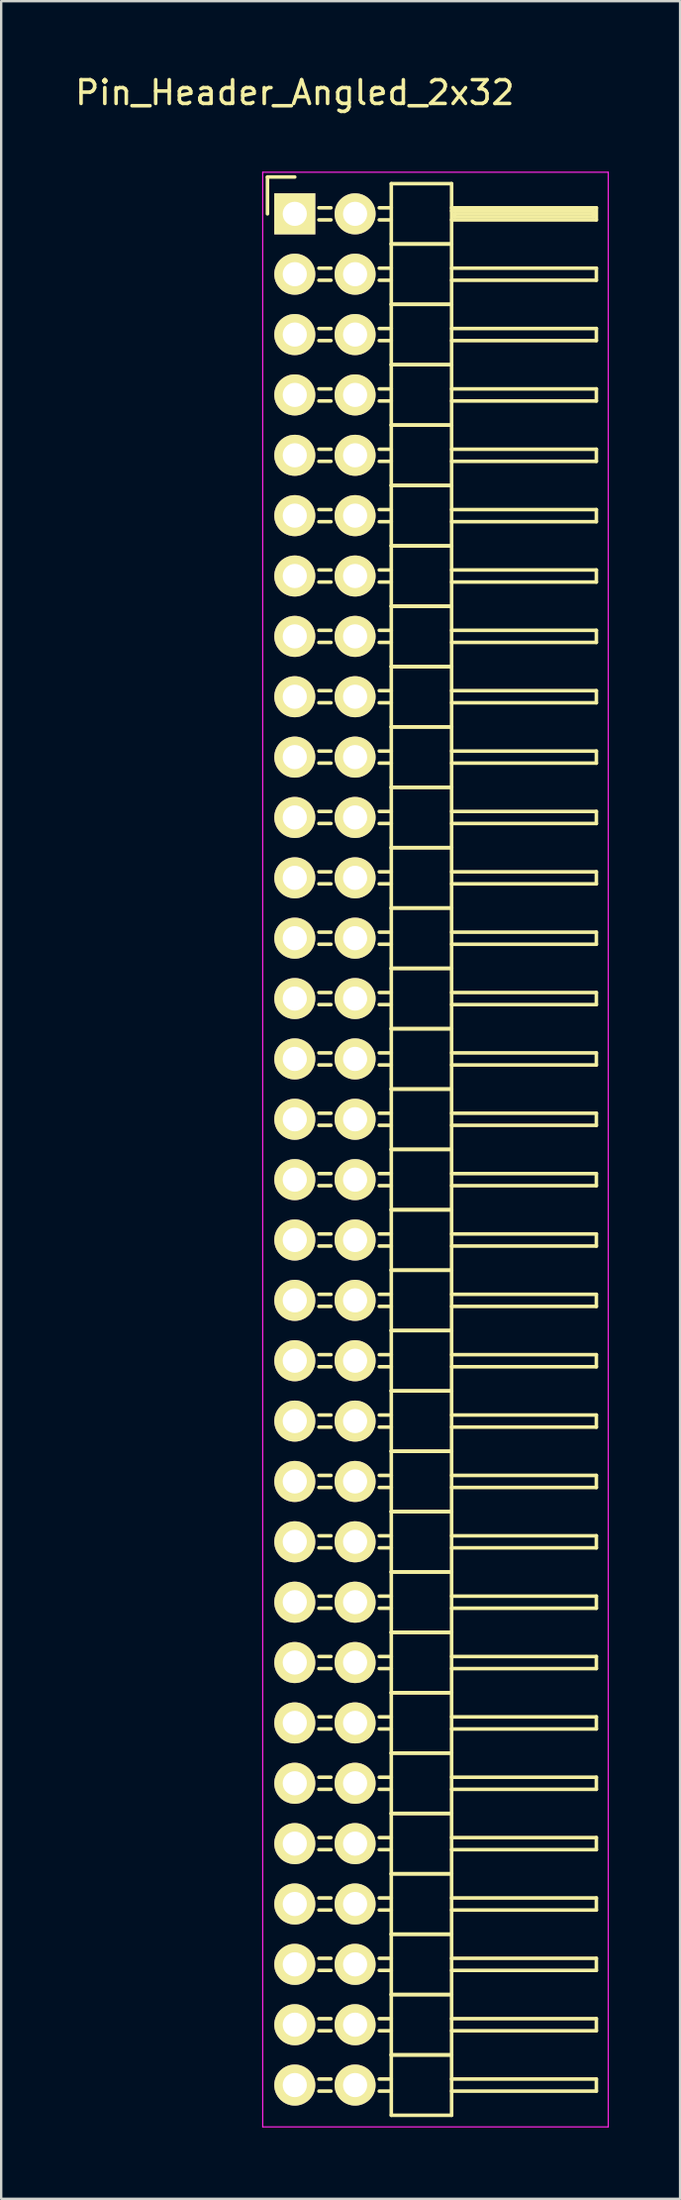
<source format=kicad_pcb>
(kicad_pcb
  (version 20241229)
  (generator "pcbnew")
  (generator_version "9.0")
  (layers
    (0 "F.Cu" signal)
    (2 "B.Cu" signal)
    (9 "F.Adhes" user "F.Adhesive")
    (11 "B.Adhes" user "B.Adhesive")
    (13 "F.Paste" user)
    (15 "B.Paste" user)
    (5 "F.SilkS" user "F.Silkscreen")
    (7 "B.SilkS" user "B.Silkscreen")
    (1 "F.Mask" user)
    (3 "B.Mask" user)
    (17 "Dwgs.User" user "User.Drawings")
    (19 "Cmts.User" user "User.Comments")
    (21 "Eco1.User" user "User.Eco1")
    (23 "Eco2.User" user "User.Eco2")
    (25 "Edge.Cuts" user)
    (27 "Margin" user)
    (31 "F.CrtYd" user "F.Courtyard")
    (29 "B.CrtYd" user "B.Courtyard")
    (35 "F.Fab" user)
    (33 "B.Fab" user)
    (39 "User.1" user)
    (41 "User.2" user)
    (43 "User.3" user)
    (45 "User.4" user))
  (footprint "Pin_Header_Angled_2x32"
    (layer "F.Cu")
    (at 9.363 5.948)
    (property "Reference" "Pin_Header_Angled_2x32" (at 0 -5.1 0) (layer "F.SilkS") (effects (font (size 1 1) (thickness 0.15))))
    (attr through_hole)
    (fp_line (start -1.15 -1.55) (end -1.15 0) (stroke (width 0.15) (type solid)) (layer "F.SilkS"))
    (fp_line (start 0 -1.55) (end -1.15 -1.55) (stroke (width 0.15) (type solid)) (layer "F.SilkS"))
    (fp_line (start 1.524 -0.254) (end 1.016 -0.254) (stroke (width 0.15) (type solid)) (layer "F.SilkS"))
    (fp_line (start 1.524 0.254) (end 1.016 0.254) (stroke (width 0.15) (type solid)) (layer "F.SilkS"))
    (fp_line (start 1.524 2.286) (end 1.016 2.286) (stroke (width 0.15) (type solid)) (layer "F.SilkS"))
    (fp_line (start 1.524 2.794) (end 1.016 2.794) (stroke (width 0.15) (type solid)) (layer "F.SilkS"))
    (fp_line (start 1.524 4.826) (end 1.016 4.826) (stroke (width 0.15) (type solid)) (layer "F.SilkS"))
    (fp_line (start 1.524 5.334) (end 1.016 5.334) (stroke (width 0.15) (type solid)) (layer "F.SilkS"))
    (fp_line (start 1.524 7.366) (end 1.016 7.366) (stroke (width 0.15) (type solid)) (layer "F.SilkS"))
    (fp_line (start 1.524 7.874) (end 1.016 7.874) (stroke (width 0.15) (type solid)) (layer "F.SilkS"))
    (fp_line (start 1.524 9.906) (end 1.016 9.906) (stroke (width 0.15) (type solid)) (layer "F.SilkS"))
    (fp_line (start 1.524 10.414) (end 1.016 10.414) (stroke (width 0.15) (type solid)) (layer "F.SilkS"))
    (fp_line (start 1.524 12.446) (end 1.016 12.446) (stroke (width 0.15) (type solid)) (layer "F.SilkS"))
    (fp_line (start 1.524 12.954) (end 1.016 12.954) (stroke (width 0.15) (type solid)) (layer "F.SilkS"))
    (fp_line (start 1.524 14.986) (end 1.016 14.986) (stroke (width 0.15) (type solid)) (layer "F.SilkS"))
    (fp_line (start 1.524 15.494) (end 1.016 15.494) (stroke (width 0.15) (type solid)) (layer "F.SilkS"))
    (fp_line (start 1.524 17.526) (end 1.016 17.526) (stroke (width 0.15) (type solid)) (layer "F.SilkS"))
    (fp_line (start 1.524 18.034) (end 1.016 18.034) (stroke (width 0.15) (type solid)) (layer "F.SilkS"))
    (fp_line (start 1.524 20.066) (end 1.016 20.066) (stroke (width 0.15) (type solid)) (layer "F.SilkS"))
    (fp_line (start 1.524 20.574) (end 1.016 20.574) (stroke (width 0.15) (type solid)) (layer "F.SilkS"))
    (fp_line (start 1.524 22.606) (end 1.016 22.606) (stroke (width 0.15) (type solid)) (layer "F.SilkS"))
    (fp_line (start 1.524 23.114) (end 1.016 23.114) (stroke (width 0.15) (type solid)) (layer "F.SilkS"))
    (fp_line (start 1.524 25.146) (end 1.016 25.146) (stroke (width 0.15) (type solid)) (layer "F.SilkS"))
    (fp_line (start 1.524 25.654) (end 1.016 25.654) (stroke (width 0.15) (type solid)) (layer "F.SilkS"))
    (fp_line (start 1.524 27.686) (end 1.016 27.686) (stroke (width 0.15) (type solid)) (layer "F.SilkS"))
    (fp_line (start 1.524 28.194) (end 1.016 28.194) (stroke (width 0.15) (type solid)) (layer "F.SilkS"))
    (fp_line (start 1.524 30.226) (end 1.016 30.226) (stroke (width 0.15) (type solid)) (layer "F.SilkS"))
    (fp_line (start 1.524 30.734) (end 1.016 30.734) (stroke (width 0.15) (type solid)) (layer "F.SilkS"))
    (fp_line (start 1.524 32.766) (end 1.016 32.766) (stroke (width 0.15) (type solid)) (layer "F.SilkS"))
    (fp_line (start 1.524 33.274) (end 1.016 33.274) (stroke (width 0.15) (type solid)) (layer "F.SilkS"))
    (fp_line (start 1.524 35.306) (end 1.016 35.306) (stroke (width 0.15) (type solid)) (layer "F.SilkS"))
    (fp_line (start 1.524 35.814) (end 1.016 35.814) (stroke (width 0.15) (type solid)) (layer "F.SilkS"))
    (fp_line (start 1.524 37.846) (end 1.016 37.846) (stroke (width 0.15) (type solid)) (layer "F.SilkS"))
    (fp_line (start 1.524 38.354) (end 1.016 38.354) (stroke (width 0.15) (type solid)) (layer "F.SilkS"))
    (fp_line (start 1.524 40.386) (end 1.016 40.386) (stroke (width 0.15) (type solid)) (layer "F.SilkS"))
    (fp_line (start 1.524 40.894) (end 1.016 40.894) (stroke (width 0.15) (type solid)) (layer "F.SilkS"))
    (fp_line (start 1.524 42.926) (end 1.016 42.926) (stroke (width 0.15) (type solid)) (layer "F.SilkS"))
    (fp_line (start 1.524 43.434) (end 1.016 43.434) (stroke (width 0.15) (type solid)) (layer "F.SilkS"))
    (fp_line (start 1.524 45.466) (end 1.016 45.466) (stroke (width 0.15) (type solid)) (layer "F.SilkS"))
    (fp_line (start 1.524 45.974) (end 1.016 45.974) (stroke (width 0.15) (type solid)) (layer "F.SilkS"))
    (fp_line (start 1.524 48.006) (end 1.016 48.006) (stroke (width 0.15) (type solid)) (layer "F.SilkS"))
    (fp_line (start 1.524 48.514) (end 1.016 48.514) (stroke (width 0.15) (type solid)) (layer "F.SilkS"))
    (fp_line (start 1.524 50.546) (end 1.016 50.546) (stroke (width 0.15) (type solid)) (layer "F.SilkS"))
    (fp_line (start 1.524 51.054) (end 1.016 51.054) (stroke (width 0.15) (type solid)) (layer "F.SilkS"))
    (fp_line (start 1.524 53.086) (end 1.016 53.086) (stroke (width 0.15) (type solid)) (layer "F.SilkS"))
    (fp_line (start 1.524 53.594) (end 1.016 53.594) (stroke (width 0.15) (type solid)) (layer "F.SilkS"))
    (fp_line (start 1.524 55.626) (end 1.016 55.626) (stroke (width 0.15) (type solid)) (layer "F.SilkS"))
    (fp_line (start 1.524 56.134) (end 1.016 56.134) (stroke (width 0.15) (type solid)) (layer "F.SilkS"))
    (fp_line (start 1.524 58.166) (end 1.016 58.166) (stroke (width 0.15) (type solid)) (layer "F.SilkS"))
    (fp_line (start 1.524 58.674) (end 1.016 58.674) (stroke (width 0.15) (type solid)) (layer "F.SilkS"))
    (fp_line (start 1.524 60.706) (end 1.016 60.706) (stroke (width 0.15) (type solid)) (layer "F.SilkS"))
    (fp_line (start 1.524 61.214) (end 1.016 61.214) (stroke (width 0.15) (type solid)) (layer "F.SilkS"))
    (fp_line (start 1.524 63.246) (end 1.016 63.246) (stroke (width 0.15) (type solid)) (layer "F.SilkS"))
    (fp_line (start 1.524 63.754) (end 1.016 63.754) (stroke (width 0.15) (type solid)) (layer "F.SilkS"))
    (fp_line (start 1.524 65.786) (end 1.016 65.786) (stroke (width 0.15) (type solid)) (layer "F.SilkS"))
    (fp_line (start 1.524 66.294) (end 1.016 66.294) (stroke (width 0.15) (type solid)) (layer "F.SilkS"))
    (fp_line (start 1.524 68.326) (end 1.016 68.326) (stroke (width 0.15) (type solid)) (layer "F.SilkS"))
    (fp_line (start 1.524 68.834) (end 1.016 68.834) (stroke (width 0.15) (type solid)) (layer "F.SilkS"))
    (fp_line (start 1.524 70.866) (end 1.016 70.866) (stroke (width 0.15) (type solid)) (layer "F.SilkS"))
    (fp_line (start 1.524 71.374) (end 1.016 71.374) (stroke (width 0.15) (type solid)) (layer "F.SilkS"))
    (fp_line (start 1.524 73.406) (end 1.016 73.406) (stroke (width 0.15) (type solid)) (layer "F.SilkS"))
    (fp_line (start 1.524 73.914) (end 1.016 73.914) (stroke (width 0.15) (type solid)) (layer "F.SilkS"))
    (fp_line (start 1.524 75.946) (end 1.016 75.946) (stroke (width 0.15) (type solid)) (layer "F.SilkS"))
    (fp_line (start 1.524 76.454) (end 1.016 76.454) (stroke (width 0.15) (type solid)) (layer "F.SilkS"))
    (fp_line (start 1.524 78.486) (end 1.016 78.486) (stroke (width 0.15) (type solid)) (layer "F.SilkS"))
    (fp_line (start 1.524 78.994) (end 1.016 78.994) (stroke (width 0.15) (type solid)) (layer "F.SilkS"))
    (fp_line (start 4.064 -1.27) (end 4.064 1.27) (stroke (width 0.15) (type solid)) (layer "F.SilkS"))
    (fp_line (start 4.064 -1.27) (end 6.604 -1.27) (stroke (width 0.15) (type solid)) (layer "F.SilkS"))
    (fp_line (start 4.064 -0.254) (end 3.556 -0.254) (stroke (width 0.15) (type solid)) (layer "F.SilkS"))
    (fp_line (start 4.064 0.254) (end 3.556 0.254) (stroke (width 0.15) (type solid)) (layer "F.SilkS"))
    (fp_line (start 4.064 1.27) (end 4.064 3.81) (stroke (width 0.15) (type solid)) (layer "F.SilkS"))
    (fp_line (start 4.064 1.27) (end 6.604 1.27) (stroke (width 0.15) (type solid)) (layer "F.SilkS"))
    (fp_line (start 4.064 1.27) (end 6.604 1.27) (stroke (width 0.15) (type solid)) (layer "F.SilkS"))
    (fp_line (start 4.064 2.286) (end 3.556 2.286) (stroke (width 0.15) (type solid)) (layer "F.SilkS"))
    (fp_line (start 4.064 2.794) (end 3.556 2.794) (stroke (width 0.15) (type solid)) (layer "F.SilkS"))
    (fp_line (start 4.064 3.81) (end 4.064 6.35) (stroke (width 0.15) (type solid)) (layer "F.SilkS"))
    (fp_line (start 4.064 3.81) (end 6.604 3.81) (stroke (width 0.15) (type solid)) (layer "F.SilkS"))
    (fp_line (start 4.064 3.81) (end 6.604 3.81) (stroke (width 0.15) (type solid)) (layer "F.SilkS"))
    (fp_line (start 4.064 4.826) (end 3.556 4.826) (stroke (width 0.15) (type solid)) (layer "F.SilkS"))
    (fp_line (start 4.064 5.334) (end 3.556 5.334) (stroke (width 0.15) (type solid)) (layer "F.SilkS"))
    (fp_line (start 4.064 6.35) (end 4.064 8.89) (stroke (width 0.15) (type solid)) (layer "F.SilkS"))
    (fp_line (start 4.064 6.35) (end 6.604 6.35) (stroke (width 0.15) (type solid)) (layer "F.SilkS"))
    (fp_line (start 4.064 6.35) (end 6.604 6.35) (stroke (width 0.15) (type solid)) (layer "F.SilkS"))
    (fp_line (start 4.064 7.366) (end 3.556 7.366) (stroke (width 0.15) (type solid)) (layer "F.SilkS"))
    (fp_line (start 4.064 7.874) (end 3.556 7.874) (stroke (width 0.15) (type solid)) (layer "F.SilkS"))
    (fp_line (start 4.064 8.89) (end 4.064 11.43) (stroke (width 0.15) (type solid)) (layer "F.SilkS"))
    (fp_line (start 4.064 8.89) (end 6.604 8.89) (stroke (width 0.15) (type solid)) (layer "F.SilkS"))
    (fp_line (start 4.064 8.89) (end 6.604 8.89) (stroke (width 0.15) (type solid)) (layer "F.SilkS"))
    (fp_line (start 4.064 9.906) (end 3.556 9.906) (stroke (width 0.15) (type solid)) (layer "F.SilkS"))
    (fp_line (start 4.064 10.414) (end 3.556 10.414) (stroke (width 0.15) (type solid)) (layer "F.SilkS"))
    (fp_line (start 4.064 11.43) (end 4.064 13.97) (stroke (width 0.15) (type solid)) (layer "F.SilkS"))
    (fp_line (start 4.064 11.43) (end 6.604 11.43) (stroke (width 0.15) (type solid)) (layer "F.SilkS"))
    (fp_line (start 4.064 11.43) (end 6.604 11.43) (stroke (width 0.15) (type solid)) (layer "F.SilkS"))
    (fp_line (start 4.064 12.446) (end 3.556 12.446) (stroke (width 0.15) (type solid)) (layer "F.SilkS"))
    (fp_line (start 4.064 12.954) (end 3.556 12.954) (stroke (width 0.15) (type solid)) (layer "F.SilkS"))
    (fp_line (start 4.064 13.97) (end 4.064 16.51) (stroke (width 0.15) (type solid)) (layer "F.SilkS"))
    (fp_line (start 4.064 13.97) (end 6.604 13.97) (stroke (width 0.15) (type solid)) (layer "F.SilkS"))
    (fp_line (start 4.064 13.97) (end 6.604 13.97) (stroke (width 0.15) (type solid)) (layer "F.SilkS"))
    (fp_line (start 4.064 14.986) (end 3.556 14.986) (stroke (width 0.15) (type solid)) (layer "F.SilkS"))
    (fp_line (start 4.064 15.494) (end 3.556 15.494) (stroke (width 0.15) (type solid)) (layer "F.SilkS"))
    (fp_line (start 4.064 16.51) (end 4.064 19.05) (stroke (width 0.15) (type solid)) (layer "F.SilkS"))
    (fp_line (start 4.064 16.51) (end 6.604 16.51) (stroke (width 0.15) (type solid)) (layer "F.SilkS"))
    (fp_line (start 4.064 16.51) (end 6.604 16.51) (stroke (width 0.15) (type solid)) (layer "F.SilkS"))
    (fp_line (start 4.064 17.526) (end 3.556 17.526) (stroke (width 0.15) (type solid)) (layer "F.SilkS"))
    (fp_line (start 4.064 18.034) (end 3.556 18.034) (stroke (width 0.15) (type solid)) (layer "F.SilkS"))
    (fp_line (start 4.064 19.05) (end 4.064 21.59) (stroke (width 0.15) (type solid)) (layer "F.SilkS"))
    (fp_line (start 4.064 19.05) (end 6.604 19.05) (stroke (width 0.15) (type solid)) (layer "F.SilkS"))
    (fp_line (start 4.064 19.05) (end 6.604 19.05) (stroke (width 0.15) (type solid)) (layer "F.SilkS"))
    (fp_line (start 4.064 20.066) (end 3.556 20.066) (stroke (width 0.15) (type solid)) (layer "F.SilkS"))
    (fp_line (start 4.064 20.574) (end 3.556 20.574) (stroke (width 0.15) (type solid)) (layer "F.SilkS"))
    (fp_line (start 4.064 21.59) (end 4.064 24.13) (stroke (width 0.15) (type solid)) (layer "F.SilkS"))
    (fp_line (start 4.064 21.59) (end 6.604 21.59) (stroke (width 0.15) (type solid)) (layer "F.SilkS"))
    (fp_line (start 4.064 21.59) (end 6.604 21.59) (stroke (width 0.15) (type solid)) (layer "F.SilkS"))
    (fp_line (start 4.064 22.606) (end 3.556 22.606) (stroke (width 0.15) (type solid)) (layer "F.SilkS"))
    (fp_line (start 4.064 23.114) (end 3.556 23.114) (stroke (width 0.15) (type solid)) (layer "F.SilkS"))
    (fp_line (start 4.064 24.13) (end 4.064 26.67) (stroke (width 0.15) (type solid)) (layer "F.SilkS"))
    (fp_line (start 4.064 24.13) (end 6.604 24.13) (stroke (width 0.15) (type solid)) (layer "F.SilkS"))
    (fp_line (start 4.064 24.13) (end 6.604 24.13) (stroke (width 0.15) (type solid)) (layer "F.SilkS"))
    (fp_line (start 4.064 25.146) (end 3.556 25.146) (stroke (width 0.15) (type solid)) (layer "F.SilkS"))
    (fp_line (start 4.064 25.654) (end 3.556 25.654) (stroke (width 0.15) (type solid)) (layer "F.SilkS"))
    (fp_line (start 4.064 26.67) (end 4.064 29.21) (stroke (width 0.15) (type solid)) (layer "F.SilkS"))
    (fp_line (start 4.064 26.67) (end 6.604 26.67) (stroke (width 0.15) (type solid)) (layer "F.SilkS"))
    (fp_line (start 4.064 26.67) (end 6.604 26.67) (stroke (width 0.15) (type solid)) (layer "F.SilkS"))
    (fp_line (start 4.064 27.686) (end 3.556 27.686) (stroke (width 0.15) (type solid)) (layer "F.SilkS"))
    (fp_line (start 4.064 28.194) (end 3.556 28.194) (stroke (width 0.15) (type solid)) (layer "F.SilkS"))
    (fp_line (start 4.064 29.21) (end 4.064 31.75) (stroke (width 0.15) (type solid)) (layer "F.SilkS"))
    (fp_line (start 4.064 29.21) (end 6.604 29.21) (stroke (width 0.15) (type solid)) (layer "F.SilkS"))
    (fp_line (start 4.064 29.21) (end 6.604 29.21) (stroke (width 0.15) (type solid)) (layer "F.SilkS"))
    (fp_line (start 4.064 30.226) (end 3.556 30.226) (stroke (width 0.15) (type solid)) (layer "F.SilkS"))
    (fp_line (start 4.064 30.734) (end 3.556 30.734) (stroke (width 0.15) (type solid)) (layer "F.SilkS"))
    (fp_line (start 4.064 31.75) (end 4.064 34.29) (stroke (width 0.15) (type solid)) (layer "F.SilkS"))
    (fp_line (start 4.064 31.75) (end 6.604 31.75) (stroke (width 0.15) (type solid)) (layer "F.SilkS"))
    (fp_line (start 4.064 31.75) (end 6.604 31.75) (stroke (width 0.15) (type solid)) (layer "F.SilkS"))
    (fp_line (start 4.064 32.766) (end 3.556 32.766) (stroke (width 0.15) (type solid)) (layer "F.SilkS"))
    (fp_line (start 4.064 33.274) (end 3.556 33.274) (stroke (width 0.15) (type solid)) (layer "F.SilkS"))
    (fp_line (start 4.064 34.29) (end 4.064 36.83) (stroke (width 0.15) (type solid)) (layer "F.SilkS"))
    (fp_line (start 4.064 34.29) (end 6.604 34.29) (stroke (width 0.15) (type solid)) (layer "F.SilkS"))
    (fp_line (start 4.064 34.29) (end 6.604 34.29) (stroke (width 0.15) (type solid)) (layer "F.SilkS"))
    (fp_line (start 4.064 35.306) (end 3.556 35.306) (stroke (width 0.15) (type solid)) (layer "F.SilkS"))
    (fp_line (start 4.064 35.814) (end 3.556 35.814) (stroke (width 0.15) (type solid)) (layer "F.SilkS"))
    (fp_line (start 4.064 36.83) (end 4.064 39.37) (stroke (width 0.15) (type solid)) (layer "F.SilkS"))
    (fp_line (start 4.064 36.83) (end 6.604 36.83) (stroke (width 0.15) (type solid)) (layer "F.SilkS"))
    (fp_line (start 4.064 36.83) (end 6.604 36.83) (stroke (width 0.15) (type solid)) (layer "F.SilkS"))
    (fp_line (start 4.064 37.846) (end 3.556 37.846) (stroke (width 0.15) (type solid)) (layer "F.SilkS"))
    (fp_line (start 4.064 38.354) (end 3.556 38.354) (stroke (width 0.15) (type solid)) (layer "F.SilkS"))
    (fp_line (start 4.064 39.37) (end 4.064 41.91) (stroke (width 0.15) (type solid)) (layer "F.SilkS"))
    (fp_line (start 4.064 39.37) (end 6.604 39.37) (stroke (width 0.15) (type solid)) (layer "F.SilkS"))
    (fp_line (start 4.064 39.37) (end 6.604 39.37) (stroke (width 0.15) (type solid)) (layer "F.SilkS"))
    (fp_line (start 4.064 40.386) (end 3.556 40.386) (stroke (width 0.15) (type solid)) (layer "F.SilkS"))
    (fp_line (start 4.064 40.894) (end 3.556 40.894) (stroke (width 0.15) (type solid)) (layer "F.SilkS"))
    (fp_line (start 4.064 41.91) (end 4.064 44.45) (stroke (width 0.15) (type solid)) (layer "F.SilkS"))
    (fp_line (start 4.064 41.91) (end 6.604 41.91) (stroke (width 0.15) (type solid)) (layer "F.SilkS"))
    (fp_line (start 4.064 41.91) (end 6.604 41.91) (stroke (width 0.15) (type solid)) (layer "F.SilkS"))
    (fp_line (start 4.064 42.926) (end 3.556 42.926) (stroke (width 0.15) (type solid)) (layer "F.SilkS"))
    (fp_line (start 4.064 43.434) (end 3.556 43.434) (stroke (width 0.15) (type solid)) (layer "F.SilkS"))
    (fp_line (start 4.064 44.45) (end 4.064 46.99) (stroke (width 0.15) (type solid)) (layer "F.SilkS"))
    (fp_line (start 4.064 44.45) (end 6.604 44.45) (stroke (width 0.15) (type solid)) (layer "F.SilkS"))
    (fp_line (start 4.064 44.45) (end 6.604 44.45) (stroke (width 0.15) (type solid)) (layer "F.SilkS"))
    (fp_line (start 4.064 45.466) (end 3.556 45.466) (stroke (width 0.15) (type solid)) (layer "F.SilkS"))
    (fp_line (start 4.064 45.974) (end 3.556 45.974) (stroke (width 0.15) (type solid)) (layer "F.SilkS"))
    (fp_line (start 4.064 46.99) (end 4.064 49.53) (stroke (width 0.15) (type solid)) (layer "F.SilkS"))
    (fp_line (start 4.064 46.99) (end 6.604 46.99) (stroke (width 0.15) (type solid)) (layer "F.SilkS"))
    (fp_line (start 4.064 46.99) (end 6.604 46.99) (stroke (width 0.15) (type solid)) (layer "F.SilkS"))
    (fp_line (start 4.064 48.006) (end 3.556 48.006) (stroke (width 0.15) (type solid)) (layer "F.SilkS"))
    (fp_line (start 4.064 48.514) (end 3.556 48.514) (stroke (width 0.15) (type solid)) (layer "F.SilkS"))
    (fp_line (start 4.064 49.53) (end 4.064 52.07) (stroke (width 0.15) (type solid)) (layer "F.SilkS"))
    (fp_line (start 4.064 49.53) (end 6.604 49.53) (stroke (width 0.15) (type solid)) (layer "F.SilkS"))
    (fp_line (start 4.064 49.53) (end 6.604 49.53) (stroke (width 0.15) (type solid)) (layer "F.SilkS"))
    (fp_line (start 4.064 50.546) (end 3.556 50.546) (stroke (width 0.15) (type solid)) (layer "F.SilkS"))
    (fp_line (start 4.064 51.054) (end 3.556 51.054) (stroke (width 0.15) (type solid)) (layer "F.SilkS"))
    (fp_line (start 4.064 52.07) (end 4.064 54.61) (stroke (width 0.15) (type solid)) (layer "F.SilkS"))
    (fp_line (start 4.064 52.07) (end 6.604 52.07) (stroke (width 0.15) (type solid)) (layer "F.SilkS"))
    (fp_line (start 4.064 52.07) (end 6.604 52.07) (stroke (width 0.15) (type solid)) (layer "F.SilkS"))
    (fp_line (start 4.064 53.086) (end 3.556 53.086) (stroke (width 0.15) (type solid)) (layer "F.SilkS"))
    (fp_line (start 4.064 53.594) (end 3.556 53.594) (stroke (width 0.15) (type solid)) (layer "F.SilkS"))
    (fp_line (start 4.064 54.61) (end 4.064 57.15) (stroke (width 0.15) (type solid)) (layer "F.SilkS"))
    (fp_line (start 4.064 54.61) (end 6.604 54.61) (stroke (width 0.15) (type solid)) (layer "F.SilkS"))
    (fp_line (start 4.064 54.61) (end 6.604 54.61) (stroke (width 0.15) (type solid)) (layer "F.SilkS"))
    (fp_line (start 4.064 55.626) (end 3.556 55.626) (stroke (width 0.15) (type solid)) (layer "F.SilkS"))
    (fp_line (start 4.064 56.134) (end 3.556 56.134) (stroke (width 0.15) (type solid)) (layer "F.SilkS"))
    (fp_line (start 4.064 57.15) (end 4.064 59.69) (stroke (width 0.15) (type solid)) (layer "F.SilkS"))
    (fp_line (start 4.064 57.15) (end 6.604 57.15) (stroke (width 0.15) (type solid)) (layer "F.SilkS"))
    (fp_line (start 4.064 57.15) (end 6.604 57.15) (stroke (width 0.15) (type solid)) (layer "F.SilkS"))
    (fp_line (start 4.064 58.166) (end 3.556 58.166) (stroke (width 0.15) (type solid)) (layer "F.SilkS"))
    (fp_line (start 4.064 58.674) (end 3.556 58.674) (stroke (width 0.15) (type solid)) (layer "F.SilkS"))
    (fp_line (start 4.064 59.69) (end 4.064 62.23) (stroke (width 0.15) (type solid)) (layer "F.SilkS"))
    (fp_line (start 4.064 59.69) (end 6.604 59.69) (stroke (width 0.15) (type solid)) (layer "F.SilkS"))
    (fp_line (start 4.064 59.69) (end 6.604 59.69) (stroke (width 0.15) (type solid)) (layer "F.SilkS"))
    (fp_line (start 4.064 60.706) (end 3.556 60.706) (stroke (width 0.15) (type solid)) (layer "F.SilkS"))
    (fp_line (start 4.064 61.214) (end 3.556 61.214) (stroke (width 0.15) (type solid)) (layer "F.SilkS"))
    (fp_line (start 4.064 62.23) (end 4.064 64.77) (stroke (width 0.15) (type solid)) (layer "F.SilkS"))
    (fp_line (start 4.064 62.23) (end 6.604 62.23) (stroke (width 0.15) (type solid)) (layer "F.SilkS"))
    (fp_line (start 4.064 62.23) (end 6.604 62.23) (stroke (width 0.15) (type solid)) (layer "F.SilkS"))
    (fp_line (start 4.064 63.246) (end 3.556 63.246) (stroke (width 0.15) (type solid)) (layer "F.SilkS"))
    (fp_line (start 4.064 63.754) (end 3.556 63.754) (stroke (width 0.15) (type solid)) (layer "F.SilkS"))
    (fp_line (start 4.064 64.77) (end 4.064 67.31) (stroke (width 0.15) (type solid)) (layer "F.SilkS"))
    (fp_line (start 4.064 64.77) (end 6.604 64.77) (stroke (width 0.15) (type solid)) (layer "F.SilkS"))
    (fp_line (start 4.064 64.77) (end 6.604 64.77) (stroke (width 0.15) (type solid)) (layer "F.SilkS"))
    (fp_line (start 4.064 65.786) (end 3.556 65.786) (stroke (width 0.15) (type solid)) (layer "F.SilkS"))
    (fp_line (start 4.064 66.294) (end 3.556 66.294) (stroke (width 0.15) (type solid)) (layer "F.SilkS"))
    (fp_line (start 4.064 67.31) (end 4.064 69.85) (stroke (width 0.15) (type solid)) (layer "F.SilkS"))
    (fp_line (start 4.064 67.31) (end 6.604 67.31) (stroke (width 0.15) (type solid)) (layer "F.SilkS"))
    (fp_line (start 4.064 67.31) (end 6.604 67.31) (stroke (width 0.15) (type solid)) (layer "F.SilkS"))
    (fp_line (start 4.064 68.326) (end 3.556 68.326) (stroke (width 0.15) (type solid)) (layer "F.SilkS"))
    (fp_line (start 4.064 68.834) (end 3.556 68.834) (stroke (width 0.15) (type solid)) (layer "F.SilkS"))
    (fp_line (start 4.064 69.85) (end 4.064 72.39) (stroke (width 0.15) (type solid)) (layer "F.SilkS"))
    (fp_line (start 4.064 69.85) (end 6.604 69.85) (stroke (width 0.15) (type solid)) (layer "F.SilkS"))
    (fp_line (start 4.064 69.85) (end 6.604 69.85) (stroke (width 0.15) (type solid)) (layer "F.SilkS"))
    (fp_line (start 4.064 70.866) (end 3.556 70.866) (stroke (width 0.15) (type solid)) (layer "F.SilkS"))
    (fp_line (start 4.064 71.374) (end 3.556 71.374) (stroke (width 0.15) (type solid)) (layer "F.SilkS"))
    (fp_line (start 4.064 72.39) (end 4.064 74.93) (stroke (width 0.15) (type solid)) (layer "F.SilkS"))
    (fp_line (start 4.064 72.39) (end 6.604 72.39) (stroke (width 0.15) (type solid)) (layer "F.SilkS"))
    (fp_line (start 4.064 72.39) (end 6.604 72.39) (stroke (width 0.15) (type solid)) (layer "F.SilkS"))
    (fp_line (start 4.064 73.406) (end 3.556 73.406) (stroke (width 0.15) (type solid)) (layer "F.SilkS"))
    (fp_line (start 4.064 73.914) (end 3.556 73.914) (stroke (width 0.15) (type solid)) (layer "F.SilkS"))
    (fp_line (start 4.064 74.93) (end 4.064 77.47) (stroke (width 0.15) (type solid)) (layer "F.SilkS"))
    (fp_line (start 4.064 74.93) (end 6.604 74.93) (stroke (width 0.15) (type solid)) (layer "F.SilkS"))
    (fp_line (start 4.064 74.93) (end 6.604 74.93) (stroke (width 0.15) (type solid)) (layer "F.SilkS"))
    (fp_line (start 4.064 75.946) (end 3.556 75.946) (stroke (width 0.15) (type solid)) (layer "F.SilkS"))
    (fp_line (start 4.064 76.454) (end 3.556 76.454) (stroke (width 0.15) (type solid)) (layer "F.SilkS"))
    (fp_line (start 4.064 77.47) (end 4.064 80.01) (stroke (width 0.15) (type solid)) (layer "F.SilkS"))
    (fp_line (start 4.064 77.47) (end 6.604 77.47) (stroke (width 0.15) (type solid)) (layer "F.SilkS"))
    (fp_line (start 4.064 77.47) (end 6.604 77.47) (stroke (width 0.15) (type solid)) (layer "F.SilkS"))
    (fp_line (start 4.064 78.486) (end 3.556 78.486) (stroke (width 0.15) (type solid)) (layer "F.SilkS"))
    (fp_line (start 4.064 78.994) (end 3.556 78.994) (stroke (width 0.15) (type solid)) (layer "F.SilkS"))
    (fp_line (start 4.064 80.01) (end 6.604 80.01) (stroke (width 0.15) (type solid)) (layer "F.SilkS"))
    (fp_line (start 6.604 -0.254) (end 12.7 -0.254) (stroke (width 0.15) (type solid)) (layer "F.SilkS"))
    (fp_line (start 6.604 -0.127) (end 12.573 -0.127) (stroke (width 0.15) (type solid)) (layer "F.SilkS"))
    (fp_line (start 6.604 1.27) (end 6.604 -1.27) (stroke (width 0.15) (type solid)) (layer "F.SilkS"))
    (fp_line (start 6.604 2.286) (end 12.7 2.286) (stroke (width 0.15) (type solid)) (layer "F.SilkS"))
    (fp_line (start 6.604 3.81) (end 6.604 1.27) (stroke (width 0.15) (type solid)) (layer "F.SilkS"))
    (fp_line (start 6.604 4.826) (end 12.7 4.826) (stroke (width 0.15) (type solid)) (layer "F.SilkS"))
    (fp_line (start 6.604 6.35) (end 6.604 3.81) (stroke (width 0.15) (type solid)) (layer "F.SilkS"))
    (fp_line (start 6.604 7.366) (end 12.7 7.366) (stroke (width 0.15) (type solid)) (layer "F.SilkS"))
    (fp_line (start 6.604 8.89) (end 6.604 6.35) (stroke (width 0.15) (type solid)) (layer "F.SilkS"))
    (fp_line (start 6.604 9.906) (end 12.7 9.906) (stroke (width 0.15) (type solid)) (layer "F.SilkS"))
    (fp_line (start 6.604 11.43) (end 6.604 8.89) (stroke (width 0.15) (type solid)) (layer "F.SilkS"))
    (fp_line (start 6.604 12.446) (end 12.7 12.446) (stroke (width 0.15) (type solid)) (layer "F.SilkS"))
    (fp_line (start 6.604 13.97) (end 6.604 11.43) (stroke (width 0.15) (type solid)) (layer "F.SilkS"))
    (fp_line (start 6.604 14.986) (end 12.7 14.986) (stroke (width 0.15) (type solid)) (layer "F.SilkS"))
    (fp_line (start 6.604 16.51) (end 6.604 13.97) (stroke (width 0.15) (type solid)) (layer "F.SilkS"))
    (fp_line (start 6.604 17.526) (end 12.7 17.526) (stroke (width 0.15) (type solid)) (layer "F.SilkS"))
    (fp_line (start 6.604 19.05) (end 6.604 16.51) (stroke (width 0.15) (type solid)) (layer "F.SilkS"))
    (fp_line (start 6.604 20.066) (end 12.7 20.066) (stroke (width 0.15) (type solid)) (layer "F.SilkS"))
    (fp_line (start 6.604 21.59) (end 6.604 19.05) (stroke (width 0.15) (type solid)) (layer "F.SilkS"))
    (fp_line (start 6.604 22.606) (end 12.7 22.606) (stroke (width 0.15) (type solid)) (layer "F.SilkS"))
    (fp_line (start 6.604 24.13) (end 6.604 21.59) (stroke (width 0.15) (type solid)) (layer "F.SilkS"))
    (fp_line (start 6.604 25.146) (end 12.7 25.146) (stroke (width 0.15) (type solid)) (layer "F.SilkS"))
    (fp_line (start 6.604 26.67) (end 6.604 24.13) (stroke (width 0.15) (type solid)) (layer "F.SilkS"))
    (fp_line (start 6.604 27.686) (end 12.7 27.686) (stroke (width 0.15) (type solid)) (layer "F.SilkS"))
    (fp_line (start 6.604 29.21) (end 6.604 26.67) (stroke (width 0.15) (type solid)) (layer "F.SilkS"))
    (fp_line (start 6.604 30.226) (end 12.7 30.226) (stroke (width 0.15) (type solid)) (layer "F.SilkS"))
    (fp_line (start 6.604 31.75) (end 6.604 29.21) (stroke (width 0.15) (type solid)) (layer "F.SilkS"))
    (fp_line (start 6.604 32.766) (end 12.7 32.766) (stroke (width 0.15) (type solid)) (layer "F.SilkS"))
    (fp_line (start 6.604 34.29) (end 6.604 31.75) (stroke (width 0.15) (type solid)) (layer "F.SilkS"))
    (fp_line (start 6.604 35.306) (end 12.7 35.306) (stroke (width 0.15) (type solid)) (layer "F.SilkS"))
    (fp_line (start 6.604 36.83) (end 6.604 34.29) (stroke (width 0.15) (type solid)) (layer "F.SilkS"))
    (fp_line (start 6.604 37.846) (end 12.7 37.846) (stroke (width 0.15) (type solid)) (layer "F.SilkS"))
    (fp_line (start 6.604 39.37) (end 6.604 36.83) (stroke (width 0.15) (type solid)) (layer "F.SilkS"))
    (fp_line (start 6.604 40.386) (end 12.7 40.386) (stroke (width 0.15) (type solid)) (layer "F.SilkS"))
    (fp_line (start 6.604 41.91) (end 6.604 39.37) (stroke (width 0.15) (type solid)) (layer "F.SilkS"))
    (fp_line (start 6.604 42.926) (end 12.7 42.926) (stroke (width 0.15) (type solid)) (layer "F.SilkS"))
    (fp_line (start 6.604 44.45) (end 6.604 41.91) (stroke (width 0.15) (type solid)) (layer "F.SilkS"))
    (fp_line (start 6.604 45.466) (end 12.7 45.466) (stroke (width 0.15) (type solid)) (layer "F.SilkS"))
    (fp_line (start 6.604 46.99) (end 6.604 44.45) (stroke (width 0.15) (type solid)) (layer "F.SilkS"))
    (fp_line (start 6.604 48.006) (end 12.7 48.006) (stroke (width 0.15) (type solid)) (layer "F.SilkS"))
    (fp_line (start 6.604 49.53) (end 6.604 46.99) (stroke (width 0.15) (type solid)) (layer "F.SilkS"))
    (fp_line (start 6.604 50.546) (end 12.7 50.546) (stroke (width 0.15) (type solid)) (layer "F.SilkS"))
    (fp_line (start 6.604 52.07) (end 6.604 49.53) (stroke (width 0.15) (type solid)) (layer "F.SilkS"))
    (fp_line (start 6.604 53.086) (end 12.7 53.086) (stroke (width 0.15) (type solid)) (layer "F.SilkS"))
    (fp_line (start 6.604 54.61) (end 6.604 52.07) (stroke (width 0.15) (type solid)) (layer "F.SilkS"))
    (fp_line (start 6.604 55.626) (end 12.7 55.626) (stroke (width 0.15) (type solid)) (layer "F.SilkS"))
    (fp_line (start 6.604 57.15) (end 6.604 54.61) (stroke (width 0.15) (type solid)) (layer "F.SilkS"))
    (fp_line (start 6.604 58.166) (end 12.7 58.166) (stroke (width 0.15) (type solid)) (layer "F.SilkS"))
    (fp_line (start 6.604 59.69) (end 6.604 57.15) (stroke (width 0.15) (type solid)) (layer "F.SilkS"))
    (fp_line (start 6.604 60.706) (end 12.7 60.706) (stroke (width 0.15) (type solid)) (layer "F.SilkS"))
    (fp_line (start 6.604 62.23) (end 6.604 59.69) (stroke (width 0.15) (type solid)) (layer "F.SilkS"))
    (fp_line (start 6.604 63.246) (end 12.7 63.246) (stroke (width 0.15) (type solid)) (layer "F.SilkS"))
    (fp_line (start 6.604 64.77) (end 6.604 62.23) (stroke (width 0.15) (type solid)) (layer "F.SilkS"))
    (fp_line (start 6.604 65.786) (end 12.7 65.786) (stroke (width 0.15) (type solid)) (layer "F.SilkS"))
    (fp_line (start 6.604 67.31) (end 6.604 64.77) (stroke (width 0.15) (type solid)) (layer "F.SilkS"))
    (fp_line (start 6.604 68.326) (end 12.7 68.326) (stroke (width 0.15) (type solid)) (layer "F.SilkS"))
    (fp_line (start 6.604 69.85) (end 6.604 67.31) (stroke (width 0.15) (type solid)) (layer "F.SilkS"))
    (fp_line (start 6.604 70.866) (end 12.7 70.866) (stroke (width 0.15) (type solid)) (layer "F.SilkS"))
    (fp_line (start 6.604 72.39) (end 6.604 69.85) (stroke (width 0.15) (type solid)) (layer "F.SilkS"))
    (fp_line (start 6.604 73.406) (end 12.7 73.406) (stroke (width 0.15) (type solid)) (layer "F.SilkS"))
    (fp_line (start 6.604 74.93) (end 6.604 72.39) (stroke (width 0.15) (type solid)) (layer "F.SilkS"))
    (fp_line (start 6.604 75.946) (end 12.7 75.946) (stroke (width 0.15) (type solid)) (layer "F.SilkS"))
    (fp_line (start 6.604 77.47) (end 6.604 74.93) (stroke (width 0.15) (type solid)) (layer "F.SilkS"))
    (fp_line (start 6.604 78.486) (end 12.7 78.486) (stroke (width 0.15) (type solid)) (layer "F.SilkS"))
    (fp_line (start 6.604 80.01) (end 6.604 77.47) (stroke (width 0.15) (type solid)) (layer "F.SilkS"))
    (fp_line (start 6.731 0) (end 12.573 0) (stroke (width 0.15) (type solid)) (layer "F.SilkS"))
    (fp_line (start 6.731 0.127) (end 6.731 0) (stroke (width 0.15) (type solid)) (layer "F.SilkS"))
    (fp_line (start 12.573 -0.127) (end 12.573 0.127) (stroke (width 0.15) (type solid)) (layer "F.SilkS"))
    (fp_line (start 12.573 0.127) (end 6.731 0.127) (stroke (width 0.15) (type solid)) (layer "F.SilkS"))
    (fp_line (start 12.7 -0.254) (end 12.7 0.254) (stroke (width 0.15) (type solid)) (layer "F.SilkS"))
    (fp_line (start 12.7 0.254) (end 6.604 0.254) (stroke (width 0.15) (type solid)) (layer "F.SilkS"))
    (fp_line (start 12.7 2.286) (end 12.7 2.794) (stroke (width 0.15) (type solid)) (layer "F.SilkS"))
    (fp_line (start 12.7 2.794) (end 6.604 2.794) (stroke (width 0.15) (type solid)) (layer "F.SilkS"))
    (fp_line (start 12.7 4.826) (end 12.7 5.334) (stroke (width 0.15) (type solid)) (layer "F.SilkS"))
    (fp_line (start 12.7 5.334) (end 6.604 5.334) (stroke (width 0.15) (type solid)) (layer "F.SilkS"))
    (fp_line (start 12.7 7.366) (end 12.7 7.874) (stroke (width 0.15) (type solid)) (layer "F.SilkS"))
    (fp_line (start 12.7 7.874) (end 6.604 7.874) (stroke (width 0.15) (type solid)) (layer "F.SilkS"))
    (fp_line (start 12.7 9.906) (end 12.7 10.414) (stroke (width 0.15) (type solid)) (layer "F.SilkS"))
    (fp_line (start 12.7 10.414) (end 6.604 10.414) (stroke (width 0.15) (type solid)) (layer "F.SilkS"))
    (fp_line (start 12.7 12.446) (end 12.7 12.954) (stroke (width 0.15) (type solid)) (layer "F.SilkS"))
    (fp_line (start 12.7 12.954) (end 6.604 12.954) (stroke (width 0.15) (type solid)) (layer "F.SilkS"))
    (fp_line (start 12.7 14.986) (end 12.7 15.494) (stroke (width 0.15) (type solid)) (layer "F.SilkS"))
    (fp_line (start 12.7 15.494) (end 6.604 15.494) (stroke (width 0.15) (type solid)) (layer "F.SilkS"))
    (fp_line (start 12.7 17.526) (end 12.7 18.034) (stroke (width 0.15) (type solid)) (layer "F.SilkS"))
    (fp_line (start 12.7 18.034) (end 6.604 18.034) (stroke (width 0.15) (type solid)) (layer "F.SilkS"))
    (fp_line (start 12.7 20.066) (end 12.7 20.574) (stroke (width 0.15) (type solid)) (layer "F.SilkS"))
    (fp_line (start 12.7 20.574) (end 6.604 20.574) (stroke (width 0.15) (type solid)) (layer "F.SilkS"))
    (fp_line (start 12.7 22.606) (end 12.7 23.114) (stroke (width 0.15) (type solid)) (layer "F.SilkS"))
    (fp_line (start 12.7 23.114) (end 6.604 23.114) (stroke (width 0.15) (type solid)) (layer "F.SilkS"))
    (fp_line (start 12.7 25.146) (end 12.7 25.654) (stroke (width 0.15) (type solid)) (layer "F.SilkS"))
    (fp_line (start 12.7 25.654) (end 6.604 25.654) (stroke (width 0.15) (type solid)) (layer "F.SilkS"))
    (fp_line (start 12.7 27.686) (end 12.7 28.194) (stroke (width 0.15) (type solid)) (layer "F.SilkS"))
    (fp_line (start 12.7 28.194) (end 6.604 28.194) (stroke (width 0.15) (type solid)) (layer "F.SilkS"))
    (fp_line (start 12.7 30.226) (end 12.7 30.734) (stroke (width 0.15) (type solid)) (layer "F.SilkS"))
    (fp_line (start 12.7 30.734) (end 6.604 30.734) (stroke (width 0.15) (type solid)) (layer "F.SilkS"))
    (fp_line (start 12.7 32.766) (end 12.7 33.274) (stroke (width 0.15) (type solid)) (layer "F.SilkS"))
    (fp_line (start 12.7 33.274) (end 6.604 33.274) (stroke (width 0.15) (type solid)) (layer "F.SilkS"))
    (fp_line (start 12.7 35.306) (end 12.7 35.814) (stroke (width 0.15) (type solid)) (layer "F.SilkS"))
    (fp_line (start 12.7 35.814) (end 6.604 35.814) (stroke (width 0.15) (type solid)) (layer "F.SilkS"))
    (fp_line (start 12.7 37.846) (end 12.7 38.354) (stroke (width 0.15) (type solid)) (layer "F.SilkS"))
    (fp_line (start 12.7 38.354) (end 6.604 38.354) (stroke (width 0.15) (type solid)) (layer "F.SilkS"))
    (fp_line (start 12.7 40.386) (end 12.7 40.894) (stroke (width 0.15) (type solid)) (layer "F.SilkS"))
    (fp_line (start 12.7 40.894) (end 6.604 40.894) (stroke (width 0.15) (type solid)) (layer "F.SilkS"))
    (fp_line (start 12.7 42.926) (end 12.7 43.434) (stroke (width 0.15) (type solid)) (layer "F.SilkS"))
    (fp_line (start 12.7 43.434) (end 6.604 43.434) (stroke (width 0.15) (type solid)) (layer "F.SilkS"))
    (fp_line (start 12.7 45.466) (end 12.7 45.974) (stroke (width 0.15) (type solid)) (layer "F.SilkS"))
    (fp_line (start 12.7 45.974) (end 6.604 45.974) (stroke (width 0.15) (type solid)) (layer "F.SilkS"))
    (fp_line (start 12.7 48.006) (end 12.7 48.514) (stroke (width 0.15) (type solid)) (layer "F.SilkS"))
    (fp_line (start 12.7 48.514) (end 6.604 48.514) (stroke (width 0.15) (type solid)) (layer "F.SilkS"))
    (fp_line (start 12.7 50.546) (end 12.7 51.054) (stroke (width 0.15) (type solid)) (layer "F.SilkS"))
    (fp_line (start 12.7 51.054) (end 6.604 51.054) (stroke (width 0.15) (type solid)) (layer "F.SilkS"))
    (fp_line (start 12.7 53.086) (end 12.7 53.594) (stroke (width 0.15) (type solid)) (layer "F.SilkS"))
    (fp_line (start 12.7 53.594) (end 6.604 53.594) (stroke (width 0.15) (type solid)) (layer "F.SilkS"))
    (fp_line (start 12.7 55.626) (end 12.7 56.134) (stroke (width 0.15) (type solid)) (layer "F.SilkS"))
    (fp_line (start 12.7 56.134) (end 6.604 56.134) (stroke (width 0.15) (type solid)) (layer "F.SilkS"))
    (fp_line (start 12.7 58.166) (end 12.7 58.674) (stroke (width 0.15) (type solid)) (layer "F.SilkS"))
    (fp_line (start 12.7 58.674) (end 6.604 58.674) (stroke (width 0.15) (type solid)) (layer "F.SilkS"))
    (fp_line (start 12.7 60.706) (end 12.7 61.214) (stroke (width 0.15) (type solid)) (layer "F.SilkS"))
    (fp_line (start 12.7 61.214) (end 6.604 61.214) (stroke (width 0.15) (type solid)) (layer "F.SilkS"))
    (fp_line (start 12.7 63.246) (end 12.7 63.754) (stroke (width 0.15) (type solid)) (layer "F.SilkS"))
    (fp_line (start 12.7 63.754) (end 6.604 63.754) (stroke (width 0.15) (type solid)) (layer "F.SilkS"))
    (fp_line (start 12.7 65.786) (end 12.7 66.294) (stroke (width 0.15) (type solid)) (layer "F.SilkS"))
    (fp_line (start 12.7 66.294) (end 6.604 66.294) (stroke (width 0.15) (type solid)) (layer "F.SilkS"))
    (fp_line (start 12.7 68.326) (end 12.7 68.834) (stroke (width 0.15) (type solid)) (layer "F.SilkS"))
    (fp_line (start 12.7 68.834) (end 6.604 68.834) (stroke (width 0.15) (type solid)) (layer "F.SilkS"))
    (fp_line (start 12.7 70.866) (end 12.7 71.374) (stroke (width 0.15) (type solid)) (layer "F.SilkS"))
    (fp_line (start 12.7 71.374) (end 6.604 71.374) (stroke (width 0.15) (type solid)) (layer "F.SilkS"))
    (fp_line (start 12.7 73.406) (end 12.7 73.914) (stroke (width 0.15) (type solid)) (layer "F.SilkS"))
    (fp_line (start 12.7 73.914) (end 6.604 73.914) (stroke (width 0.15) (type solid)) (layer "F.SilkS"))
    (fp_line (start 12.7 75.946) (end 12.7 76.454) (stroke (width 0.15) (type solid)) (layer "F.SilkS"))
    (fp_line (start 12.7 76.454) (end 6.604 76.454) (stroke (width 0.15) (type solid)) (layer "F.SilkS"))
    (fp_line (start 12.7 78.486) (end 12.7 78.994) (stroke (width 0.15) (type solid)) (layer "F.SilkS"))
    (fp_line (start 12.7 78.994) (end 6.604 78.994) (stroke (width 0.15) (type solid)) (layer "F.SilkS"))
    (fp_line (start -1.35 -1.75) (end -1.35 80.5) (stroke (width 0.05) (type solid)) (layer "F.CrtYd"))
    (fp_line (start -1.35 -1.75) (end 13.2 -1.75) (stroke (width 0.05) (type solid)) (layer "F.CrtYd"))
    (fp_line (start -1.35 80.5) (end 13.2 80.5) (stroke (width 0.05) (type solid)) (layer "F.CrtYd"))
    (fp_line (start 13.2 -1.75) (end 13.2 80.5) (stroke (width 0.05) (type solid)) (layer "F.CrtYd"))
    (pad "1" thru_hole rect (at 0 0) (size 1.727 1.727) (drill 1.016) (layers "*.Cu" "*.Mask" "F.SilkS"))
    (pad "2" thru_hole oval (at 2.54 0) (size 1.727 1.727) (drill 1.016) (layers "*.Cu" "*.Mask" "F.SilkS"))
    (pad "3" thru_hole oval (at 0 2.54) (size 1.727 1.727) (drill 1.016) (layers "*.Cu" "*.Mask" "F.SilkS"))
    (pad "4" thru_hole oval (at 2.54 2.54) (size 1.727 1.727) (drill 1.016) (layers "*.Cu" "*.Mask" "F.SilkS"))
    (pad "5" thru_hole oval (at 0 5.08) (size 1.727 1.727) (drill 1.016) (layers "*.Cu" "*.Mask" "F.SilkS"))
    (pad "6" thru_hole oval (at 2.54 5.08) (size 1.727 1.727) (drill 1.016) (layers "*.Cu" "*.Mask" "F.SilkS"))
    (pad "7" thru_hole oval (at 0 7.62) (size 1.727 1.727) (drill 1.016) (layers "*.Cu" "*.Mask" "F.SilkS"))
    (pad "8" thru_hole oval (at 2.54 7.62) (size 1.727 1.727) (drill 1.016) (layers "*.Cu" "*.Mask" "F.SilkS"))
    (pad "9" thru_hole oval (at 0 10.16) (size 1.727 1.727) (drill 1.016) (layers "*.Cu" "*.Mask" "F.SilkS"))
    (pad "10" thru_hole oval (at 2.54 10.16) (size 1.727 1.727) (drill 1.016) (layers "*.Cu" "*.Mask" "F.SilkS"))
    (pad "11" thru_hole oval (at 0 12.7) (size 1.727 1.727) (drill 1.016) (layers "*.Cu" "*.Mask" "F.SilkS"))
    (pad "12" thru_hole oval (at 2.54 12.7) (size 1.727 1.727) (drill 1.016) (layers "*.Cu" "*.Mask" "F.SilkS"))
    (pad "13" thru_hole oval (at 0 15.24) (size 1.727 1.727) (drill 1.016) (layers "*.Cu" "*.Mask" "F.SilkS"))
    (pad "14" thru_hole oval (at 2.54 15.24) (size 1.727 1.727) (drill 1.016) (layers "*.Cu" "*.Mask" "F.SilkS"))
    (pad "15" thru_hole oval (at 0 17.78) (size 1.727 1.727) (drill 1.016) (layers "*.Cu" "*.Mask" "F.SilkS"))
    (pad "16" thru_hole oval (at 2.54 17.78) (size 1.727 1.727) (drill 1.016) (layers "*.Cu" "*.Mask" "F.SilkS"))
    (pad "17" thru_hole oval (at 0 20.32) (size 1.727 1.727) (drill 1.016) (layers "*.Cu" "*.Mask" "F.SilkS"))
    (pad "18" thru_hole oval (at 2.54 20.32) (size 1.727 1.727) (drill 1.016) (layers "*.Cu" "*.Mask" "F.SilkS"))
    (pad "19" thru_hole oval (at 0 22.86) (size 1.727 1.727) (drill 1.016) (layers "*.Cu" "*.Mask" "F.SilkS"))
    (pad "20" thru_hole oval (at 2.54 22.86) (size 1.727 1.727) (drill 1.016) (layers "*.Cu" "*.Mask" "F.SilkS"))
    (pad "21" thru_hole oval (at 0 25.4) (size 1.727 1.727) (drill 1.016) (layers "*.Cu" "*.Mask" "F.SilkS"))
    (pad "22" thru_hole oval (at 2.54 25.4) (size 1.727 1.727) (drill 1.016) (layers "*.Cu" "*.Mask" "F.SilkS"))
    (pad "23" thru_hole oval (at 0 27.94) (size 1.727 1.727) (drill 1.016) (layers "*.Cu" "*.Mask" "F.SilkS"))
    (pad "24" thru_hole oval (at 2.54 27.94) (size 1.727 1.727) (drill 1.016) (layers "*.Cu" "*.Mask" "F.SilkS"))
    (pad "25" thru_hole oval (at 0 30.48) (size 1.727 1.727) (drill 1.016) (layers "*.Cu" "*.Mask" "F.SilkS"))
    (pad "26" thru_hole oval (at 2.54 30.48) (size 1.727 1.727) (drill 1.016) (layers "*.Cu" "*.Mask" "F.SilkS"))
    (pad "27" thru_hole oval (at 0 33.02) (size 1.727 1.727) (drill 1.016) (layers "*.Cu" "*.Mask" "F.SilkS"))
    (pad "28" thru_hole oval (at 2.54 33.02) (size 1.727 1.727) (drill 1.016) (layers "*.Cu" "*.Mask" "F.SilkS"))
    (pad "29" thru_hole oval (at 0 35.56) (size 1.727 1.727) (drill 1.016) (layers "*.Cu" "*.Mask" "F.SilkS"))
    (pad "30" thru_hole oval (at 2.54 35.56) (size 1.727 1.727) (drill 1.016) (layers "*.Cu" "*.Mask" "F.SilkS"))
    (pad "31" thru_hole oval (at 0 38.1) (size 1.727 1.727) (drill 1.016) (layers "*.Cu" "*.Mask" "F.SilkS"))
    (pad "32" thru_hole oval (at 2.54 38.1) (size 1.727 1.727) (drill 1.016) (layers "*.Cu" "*.Mask" "F.SilkS"))
    (pad "33" thru_hole oval (at 0 40.64) (size 1.727 1.727) (drill 1.016) (layers "*.Cu" "*.Mask" "F.SilkS"))
    (pad "34" thru_hole oval (at 2.54 40.64) (size 1.727 1.727) (drill 1.016) (layers "*.Cu" "*.Mask" "F.SilkS"))
    (pad "35" thru_hole oval (at 0 43.18) (size 1.727 1.727) (drill 1.016) (layers "*.Cu" "*.Mask" "F.SilkS"))
    (pad "36" thru_hole oval (at 2.54 43.18) (size 1.727 1.727) (drill 1.016) (layers "*.Cu" "*.Mask" "F.SilkS"))
    (pad "37" thru_hole oval (at 0 45.72) (size 1.727 1.727) (drill 1.016) (layers "*.Cu" "*.Mask" "F.SilkS"))
    (pad "38" thru_hole oval (at 2.54 45.72) (size 1.727 1.727) (drill 1.016) (layers "*.Cu" "*.Mask" "F.SilkS"))
    (pad "39" thru_hole oval (at 0 48.26) (size 1.727 1.727) (drill 1.016) (layers "*.Cu" "*.Mask" "F.SilkS"))
    (pad "40" thru_hole oval (at 2.54 48.26) (size 1.727 1.727) (drill 1.016) (layers "*.Cu" "*.Mask" "F.SilkS"))
    (pad "41" thru_hole oval (at 0 50.8) (size 1.727 1.727) (drill 1.016) (layers "*.Cu" "*.Mask" "F.SilkS"))
    (pad "42" thru_hole oval (at 2.54 50.8) (size 1.727 1.727) (drill 1.016) (layers "*.Cu" "*.Mask" "F.SilkS"))
    (pad "43" thru_hole oval (at 0 53.34) (size 1.727 1.727) (drill 1.016) (layers "*.Cu" "*.Mask" "F.SilkS"))
    (pad "44" thru_hole oval (at 2.54 53.34) (size 1.727 1.727) (drill 1.016) (layers "*.Cu" "*.Mask" "F.SilkS"))
    (pad "45" thru_hole oval (at 0 55.88) (size 1.727 1.727) (drill 1.016) (layers "*.Cu" "*.Mask" "F.SilkS"))
    (pad "46" thru_hole oval (at 2.54 55.88) (size 1.727 1.727) (drill 1.016) (layers "*.Cu" "*.Mask" "F.SilkS"))
    (pad "47" thru_hole oval (at 0 58.42) (size 1.727 1.727) (drill 1.016) (layers "*.Cu" "*.Mask" "F.SilkS"))
    (pad "48" thru_hole oval (at 2.54 58.42) (size 1.727 1.727) (drill 1.016) (layers "*.Cu" "*.Mask" "F.SilkS"))
    (pad "49" thru_hole oval (at 0 60.96) (size 1.727 1.727) (drill 1.016) (layers "*.Cu" "*.Mask" "F.SilkS"))
    (pad "50" thru_hole oval (at 2.54 60.96) (size 1.727 1.727) (drill 1.016) (layers "*.Cu" "*.Mask" "F.SilkS"))
    (pad "51" thru_hole oval (at 0 63.5) (size 1.727 1.727) (drill 1.016) (layers "*.Cu" "*.Mask" "F.SilkS"))
    (pad "52" thru_hole oval (at 2.54 63.5) (size 1.727 1.727) (drill 1.016) (layers "*.Cu" "*.Mask" "F.SilkS"))
    (pad "53" thru_hole oval (at 0 66.04) (size 1.727 1.727) (drill 1.016) (layers "*.Cu" "*.Mask" "F.SilkS"))
    (pad "54" thru_hole oval (at 2.54 66.04) (size 1.727 1.727) (drill 1.016) (layers "*.Cu" "*.Mask" "F.SilkS"))
    (pad "55" thru_hole oval (at 0 68.58) (size 1.727 1.727) (drill 1.016) (layers "*.Cu" "*.Mask" "F.SilkS"))
    (pad "56" thru_hole oval (at 2.54 68.58) (size 1.727 1.727) (drill 1.016) (layers "*.Cu" "*.Mask" "F.SilkS"))
    (pad "57" thru_hole oval (at 0 71.12) (size 1.727 1.727) (drill 1.016) (layers "*.Cu" "*.Mask" "F.SilkS"))
    (pad "58" thru_hole oval (at 2.54 71.12) (size 1.727 1.727) (drill 1.016) (layers "*.Cu" "*.Mask" "F.SilkS"))
    (pad "59" thru_hole oval (at 0 73.66) (size 1.727 1.727) (drill 1.016) (layers "*.Cu" "*.Mask" "F.SilkS"))
    (pad "60" thru_hole oval (at 2.54 73.66) (size 1.727 1.727) (drill 1.016) (layers "*.Cu" "*.Mask" "F.SilkS"))
    (pad "61" thru_hole oval (at 0 76.2) (size 1.727 1.727) (drill 1.016) (layers "*.Cu" "*.Mask" "F.SilkS"))
    (pad "62" thru_hole oval (at 2.54 76.2) (size 1.727 1.727) (drill 1.016) (layers "*.Cu" "*.Mask" "F.SilkS"))
    (pad "63" thru_hole oval (at 0 78.74) (size 1.727 1.727) (drill 1.016) (layers "*.Cu" "*.Mask" "F.SilkS"))
    (pad "64" thru_hole oval (at 2.54 78.74) (size 1.727 1.727) (drill 1.016) (layers "*.Cu" "*.Mask" "F.SilkS")))
  (gr_rect
    (start -3 -3)
    (end 25.588 89.473)
    (stroke (width 0.1) (type default))
    (fill no)
    (layer "Edge.Cuts")))
</source>
